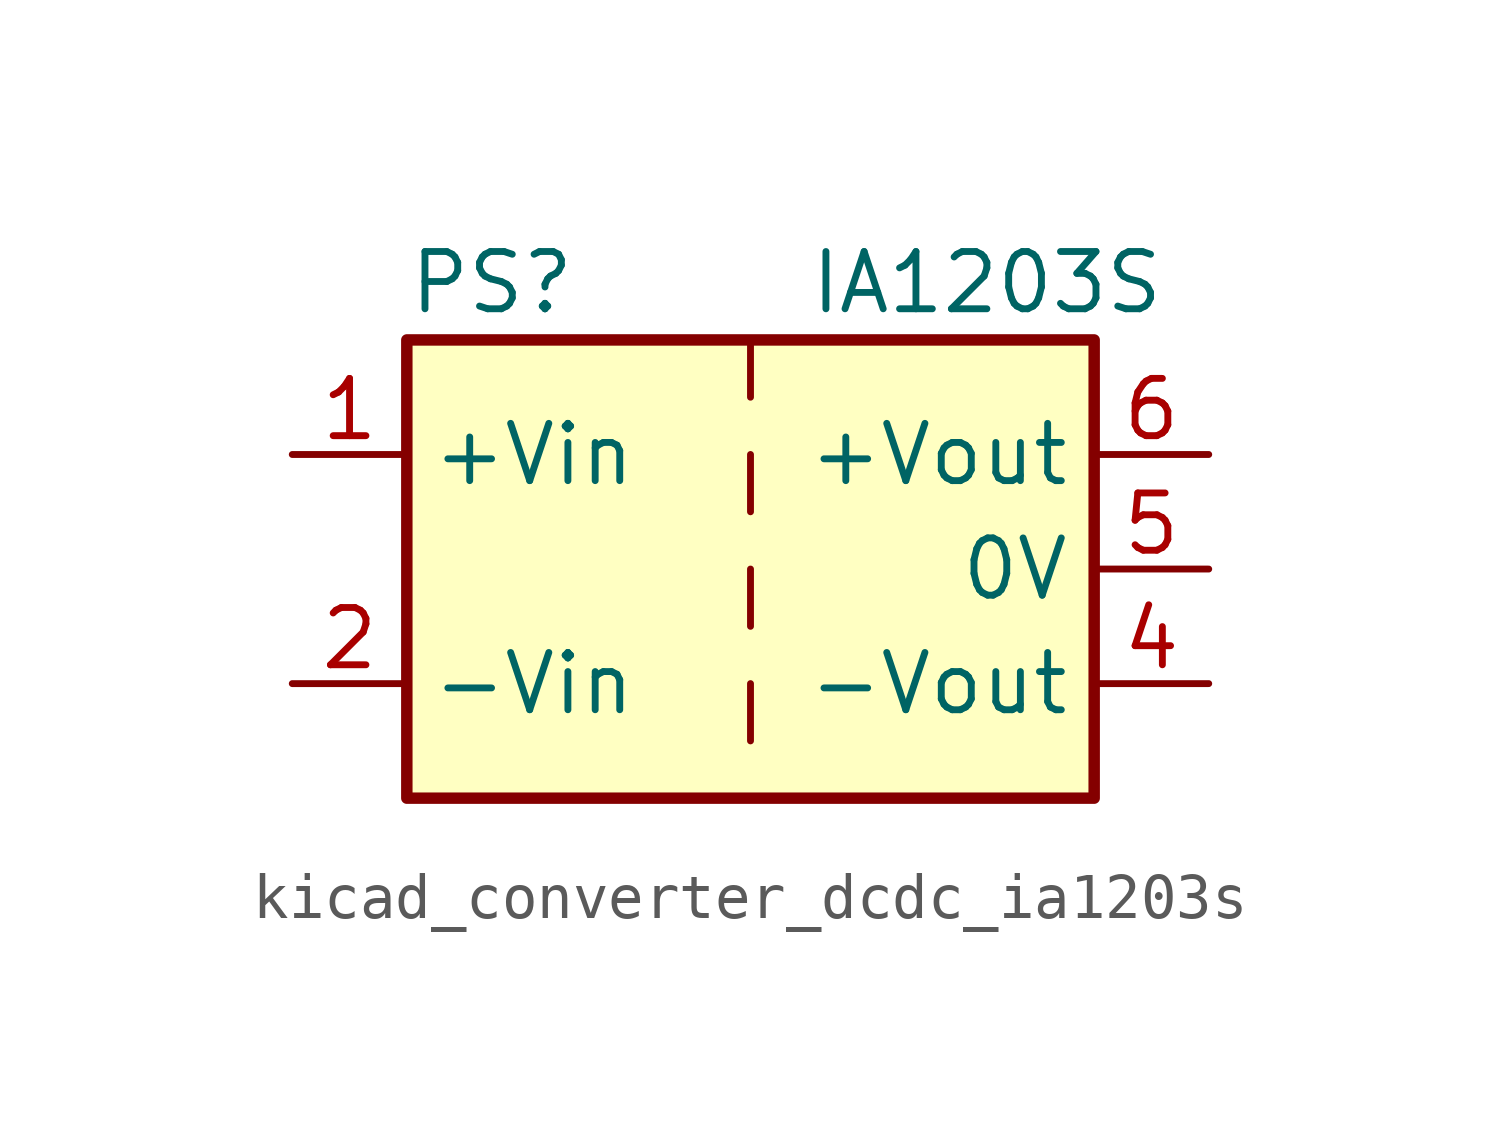
<source format=kicad_sym>
(kicad_symbol_lib
  (version 20220914)
  (generator kicad_symbol_editor)
  (symbol "kicad_converter_dcdc_ia1203s"
    (property "Reference" "PS"
      (at -7.62 6.35 0)
      (effects (font (size 1.27 1.27)) (justify left)))
    (property "Value" "IA1203S"
      (at 1.27 6.35 0)
      (effects (font (size 1.27 1.27)) (justify left)))
    (symbol "kicad_converter_dcdc_ia1203s_0_0"
      (pin power_in line (at -10.16 2.54 0) (length 2.54) (name "+Vin" (effects (font (size 1.27 1.27)))) (number "1" (effects (font (size 1.27 1.27)))))
      (pin power_in line (at -10.16 -2.54 0) (length 2.54) (name "-Vin" (effects (font (size 1.27 1.27)))) (number "2" (effects (font (size 1.27 1.27)))))
      (pin power_out line (at 10.16 -2.54 180) (length 2.54) (name "-Vout" (effects (font (size 1.27 1.27)))) (number "4" (effects (font (size 1.27 1.27)))))
      (pin power_out line (at 10.16 0 180) (length 2.54) (name "0V" (effects (font (size 1.27 1.27)))) (number "5" (effects (font (size 1.27 1.27)))))
      (pin power_out line (at 10.16 2.54 180) (length 2.54) (name "+Vout" (effects (font (size 1.27 1.27)))) (number "6" (effects (font (size 1.27 1.27))))))
    (symbol "kicad_converter_dcdc_ia1203s_0_1"
      (rectangle (start -7.62 5.08) (end 7.62 -5.08) (stroke (width 0.254) (type default)) (fill (type background)))
      (polyline (pts (xy 0 -2.54) (xy 0 -3.81)) (stroke (width 0) (type default)) (fill (type none)))
      (polyline (pts (xy 0 0) (xy 0 -1.27)) (stroke (width 0) (type default)) (fill (type none)))
      (polyline (pts (xy 0 2.54) (xy 0 1.27)) (stroke (width 0) (type default)) (fill (type none)))
      (polyline (pts (xy 0 5.08) (xy 0 3.81)) (stroke (width 0) (type default)) (fill (type none))))))
</source>
